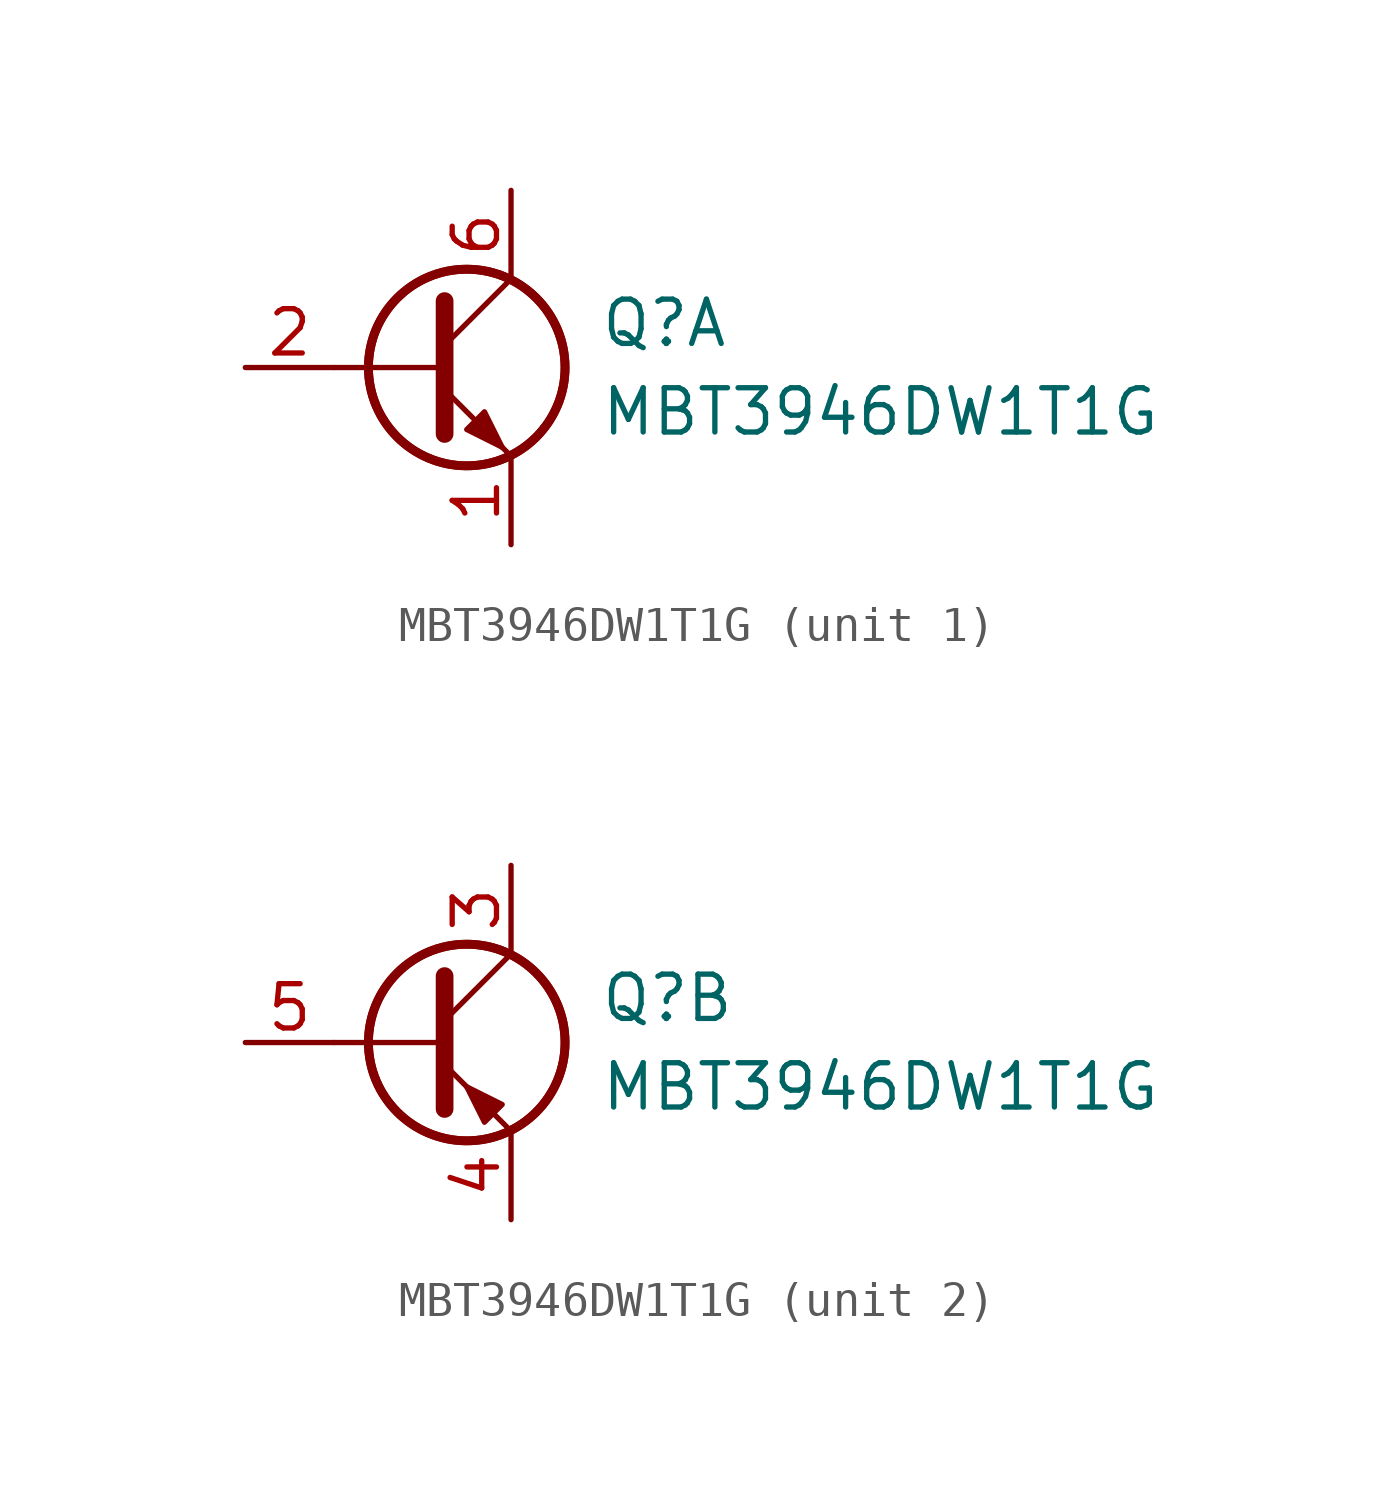
<source format=kicad_sym>
(kicad_symbol_lib
  (version 20220914)
  (generator kicad_symbol_editor)
  (symbol "MBT3946DW1T1G"
    (pin_names
      (offset 0) hide)
    (property "Reference" "Q"
      (at 5.08 1.27 0)
      (effects (font (size 1.27 1.27)) (justify left)))
    (property "Value" "MBT3946DW1T1G"
      (at 5.08 -1.27 0)
      (effects (font (size 1.27 1.27)) (justify left)))
    (property "ki_locked" ""
      (at 0 0 0)
      (effects (font (size 1.27 1.27))))
    (symbol "MBT3946DW1T1G_0_1"
      (polyline (pts (xy 0.635 0) (xy -2.54 0)) (stroke (width 0) (type default)) (fill (type none)))
      (circle (center 1.27 0) (radius 2.819) (stroke (width 0.254) (type default)) (fill (type none)))
      (circle (center 1.27 0) (radius 2.819) (stroke (width 0.254) (type default)) (fill (type none))))
    (symbol "MBT3946DW1T1G_1_1"
      (polyline (pts (xy 0.635 0.635) (xy 2.54 2.54)) (stroke (width 0) (type default)) (fill (type none)))
      (polyline (pts (xy 0.635 -0.635) (xy 2.54 -2.54) (xy 2.54 -2.54)) (stroke (width 0) (type default)) (fill (type none)))
      (polyline (pts (xy 0.635 1.905) (xy 0.635 -1.905) (xy 0.635 -1.905)) (stroke (width 0.508) (type default)) (fill (type none)))
      (polyline (pts (xy 1.27 -1.778) (xy 1.778 -1.27) (xy 2.286 -2.286) (xy 1.27 -1.778) (xy 1.27 -1.778)) (stroke (width 0) (type default)) (fill (type outline)))
      (pin passive line (at 2.54 -5.08 90) (length 2.54) (name "E1" (effects (font (size 1.27 1.27)))) (number "1" (effects (font (size 1.27 1.27)))))
      (pin input line (at -5.08 0 0) (length 2.54) (name "B1" (effects (font (size 1.27 1.27)))) (number "2" (effects (font (size 1.27 1.27)))))
      (pin passive line (at 2.54 5.08 270) (length 2.54) (name "C1" (effects (font (size 1.27 1.27)))) (number "6" (effects (font (size 1.27 1.27))))))
    (symbol "MBT3946DW1T1G_2_1"
      (polyline (pts (xy 0.635 0.635) (xy 2.54 2.54)) (stroke (width 0) (type default)) (fill (type none)))
      (polyline (pts (xy 0.635 -0.635) (xy 2.54 -2.54) (xy 2.54 -2.54)) (stroke (width 0) (type default)) (fill (type none)))
      (polyline (pts (xy 0.635 1.905) (xy 0.635 -1.905) (xy 0.635 -1.905)) (stroke (width 0.508) (type default)) (fill (type none)))
      (polyline (pts (xy 2.286 -1.778) (xy 1.778 -2.286) (xy 1.27 -1.27) (xy 2.286 -1.778) (xy 2.286 -1.778)) (stroke (width 0) (type default)) (fill (type outline)))
      (pin passive line (at 2.54 5.08 270) (length 2.54) (name "C2" (effects (font (size 1.27 1.27)))) (number "3" (effects (font (size 1.27 1.27)))))
      (pin passive line (at 2.54 -5.08 90) (length 2.54) (name "E2" (effects (font (size 1.27 1.27)))) (number "4" (effects (font (size 1.27 1.27)))))
      (pin input line (at -5.08 0 0) (length 2.54) (name "B2" (effects (font (size 1.27 1.27)))) (number "5" (effects (font (size 1.27 1.27))))))))
</source>
